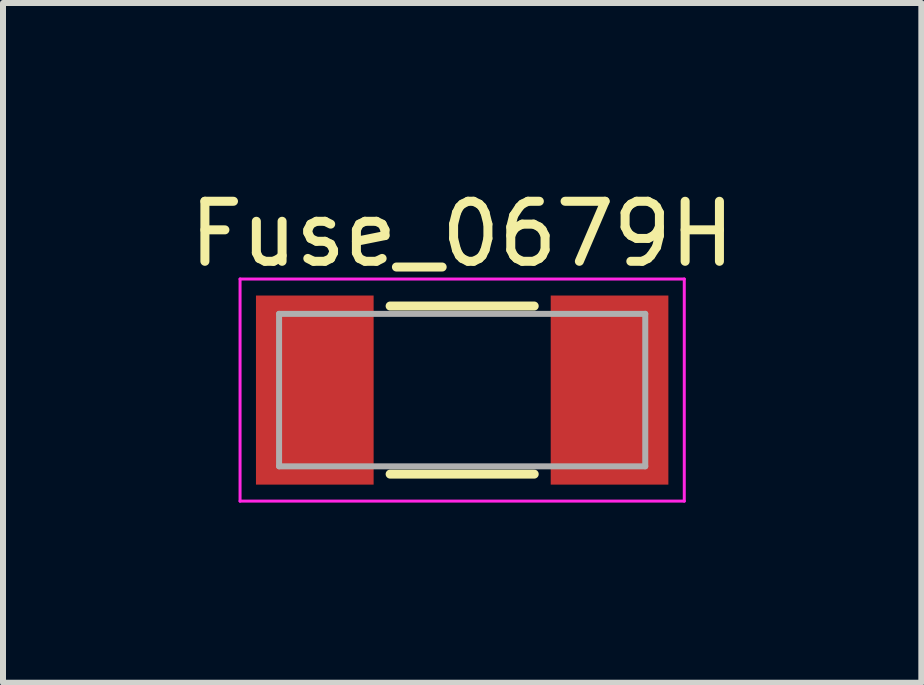
<source format=kicad_pcb>
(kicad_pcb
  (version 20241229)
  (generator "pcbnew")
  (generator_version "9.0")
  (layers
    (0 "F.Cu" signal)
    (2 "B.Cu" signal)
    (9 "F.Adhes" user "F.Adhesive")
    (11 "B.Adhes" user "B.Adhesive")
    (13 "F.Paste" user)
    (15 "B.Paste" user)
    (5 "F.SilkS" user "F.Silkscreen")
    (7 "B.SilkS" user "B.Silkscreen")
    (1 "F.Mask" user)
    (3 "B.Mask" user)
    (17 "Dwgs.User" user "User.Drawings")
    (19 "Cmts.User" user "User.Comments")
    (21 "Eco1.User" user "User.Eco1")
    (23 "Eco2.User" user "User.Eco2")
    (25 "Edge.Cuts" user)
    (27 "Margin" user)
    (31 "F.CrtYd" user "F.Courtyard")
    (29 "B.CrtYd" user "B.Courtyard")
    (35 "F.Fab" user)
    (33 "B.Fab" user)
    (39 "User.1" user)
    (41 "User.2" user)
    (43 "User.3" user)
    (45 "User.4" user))
  (footprint "Fuse_0679H"
    (layer "F.Cu")
    (at 4.649 3.448)
    (property "Reference" "Fuse_0679H" (at 0 -2.6 0) (layer "F.SilkS") (effects (font (size 1 1) (thickness 0.15))))
    (attr smd)
    (fp_line (start -1.2 -1.4) (end 1.2 -1.4) (stroke (width 0.15) (type solid)) (layer "F.SilkS"))
    (fp_line (start -1.2 1.4) (end 1.2 1.4) (stroke (width 0.15) (type solid)) (layer "F.SilkS"))
    (fp_line (start -3.7 -1.85) (end 3.7 -1.85) (stroke (width 0.05) (type solid)) (layer "F.CrtYd"))
    (fp_line (start -3.7 1.85) (end -3.7 -1.85) (stroke (width 0.05) (type solid)) (layer "F.CrtYd"))
    (fp_line (start 3.7 -1.85) (end 3.7 1.85) (stroke (width 0.05) (type solid)) (layer "F.CrtYd"))
    (fp_line (start 3.7 1.85) (end -3.7 1.85) (stroke (width 0.05) (type solid)) (layer "F.CrtYd"))
    (fp_line (start -3.05 -1.27) (end 3.05 -1.27) (stroke (width 0.1) (type solid)) (layer "F.Fab"))
    (fp_line (start -3.05 1.27) (end -3.05 -1.27) (stroke (width 0.1) (type solid)) (layer "F.Fab"))
    (fp_line (start 3.05 -1.27) (end 3.05 1.27) (stroke (width 0.1) (type solid)) (layer "F.Fab"))
    (fp_line (start 3.05 1.27) (end -3.05 1.27) (stroke (width 0.1) (type solid)) (layer "F.Fab"))
    (pad "1" smd rect (at -2.455 0) (size 1.96 3.15) (layers "F.Cu" "F.Mask" "F.Paste"))
    (pad "2" smd rect (at 2.455 0) (size 1.96 3.15) (layers "F.Cu" "F.Mask" "F.Paste")))
  (gr_rect
    (start -3 -3)
    (end 12.298 8.323)
    (stroke (width 0.1) (type default))
    (fill no)
    (layer "Edge.Cuts")))
</source>
